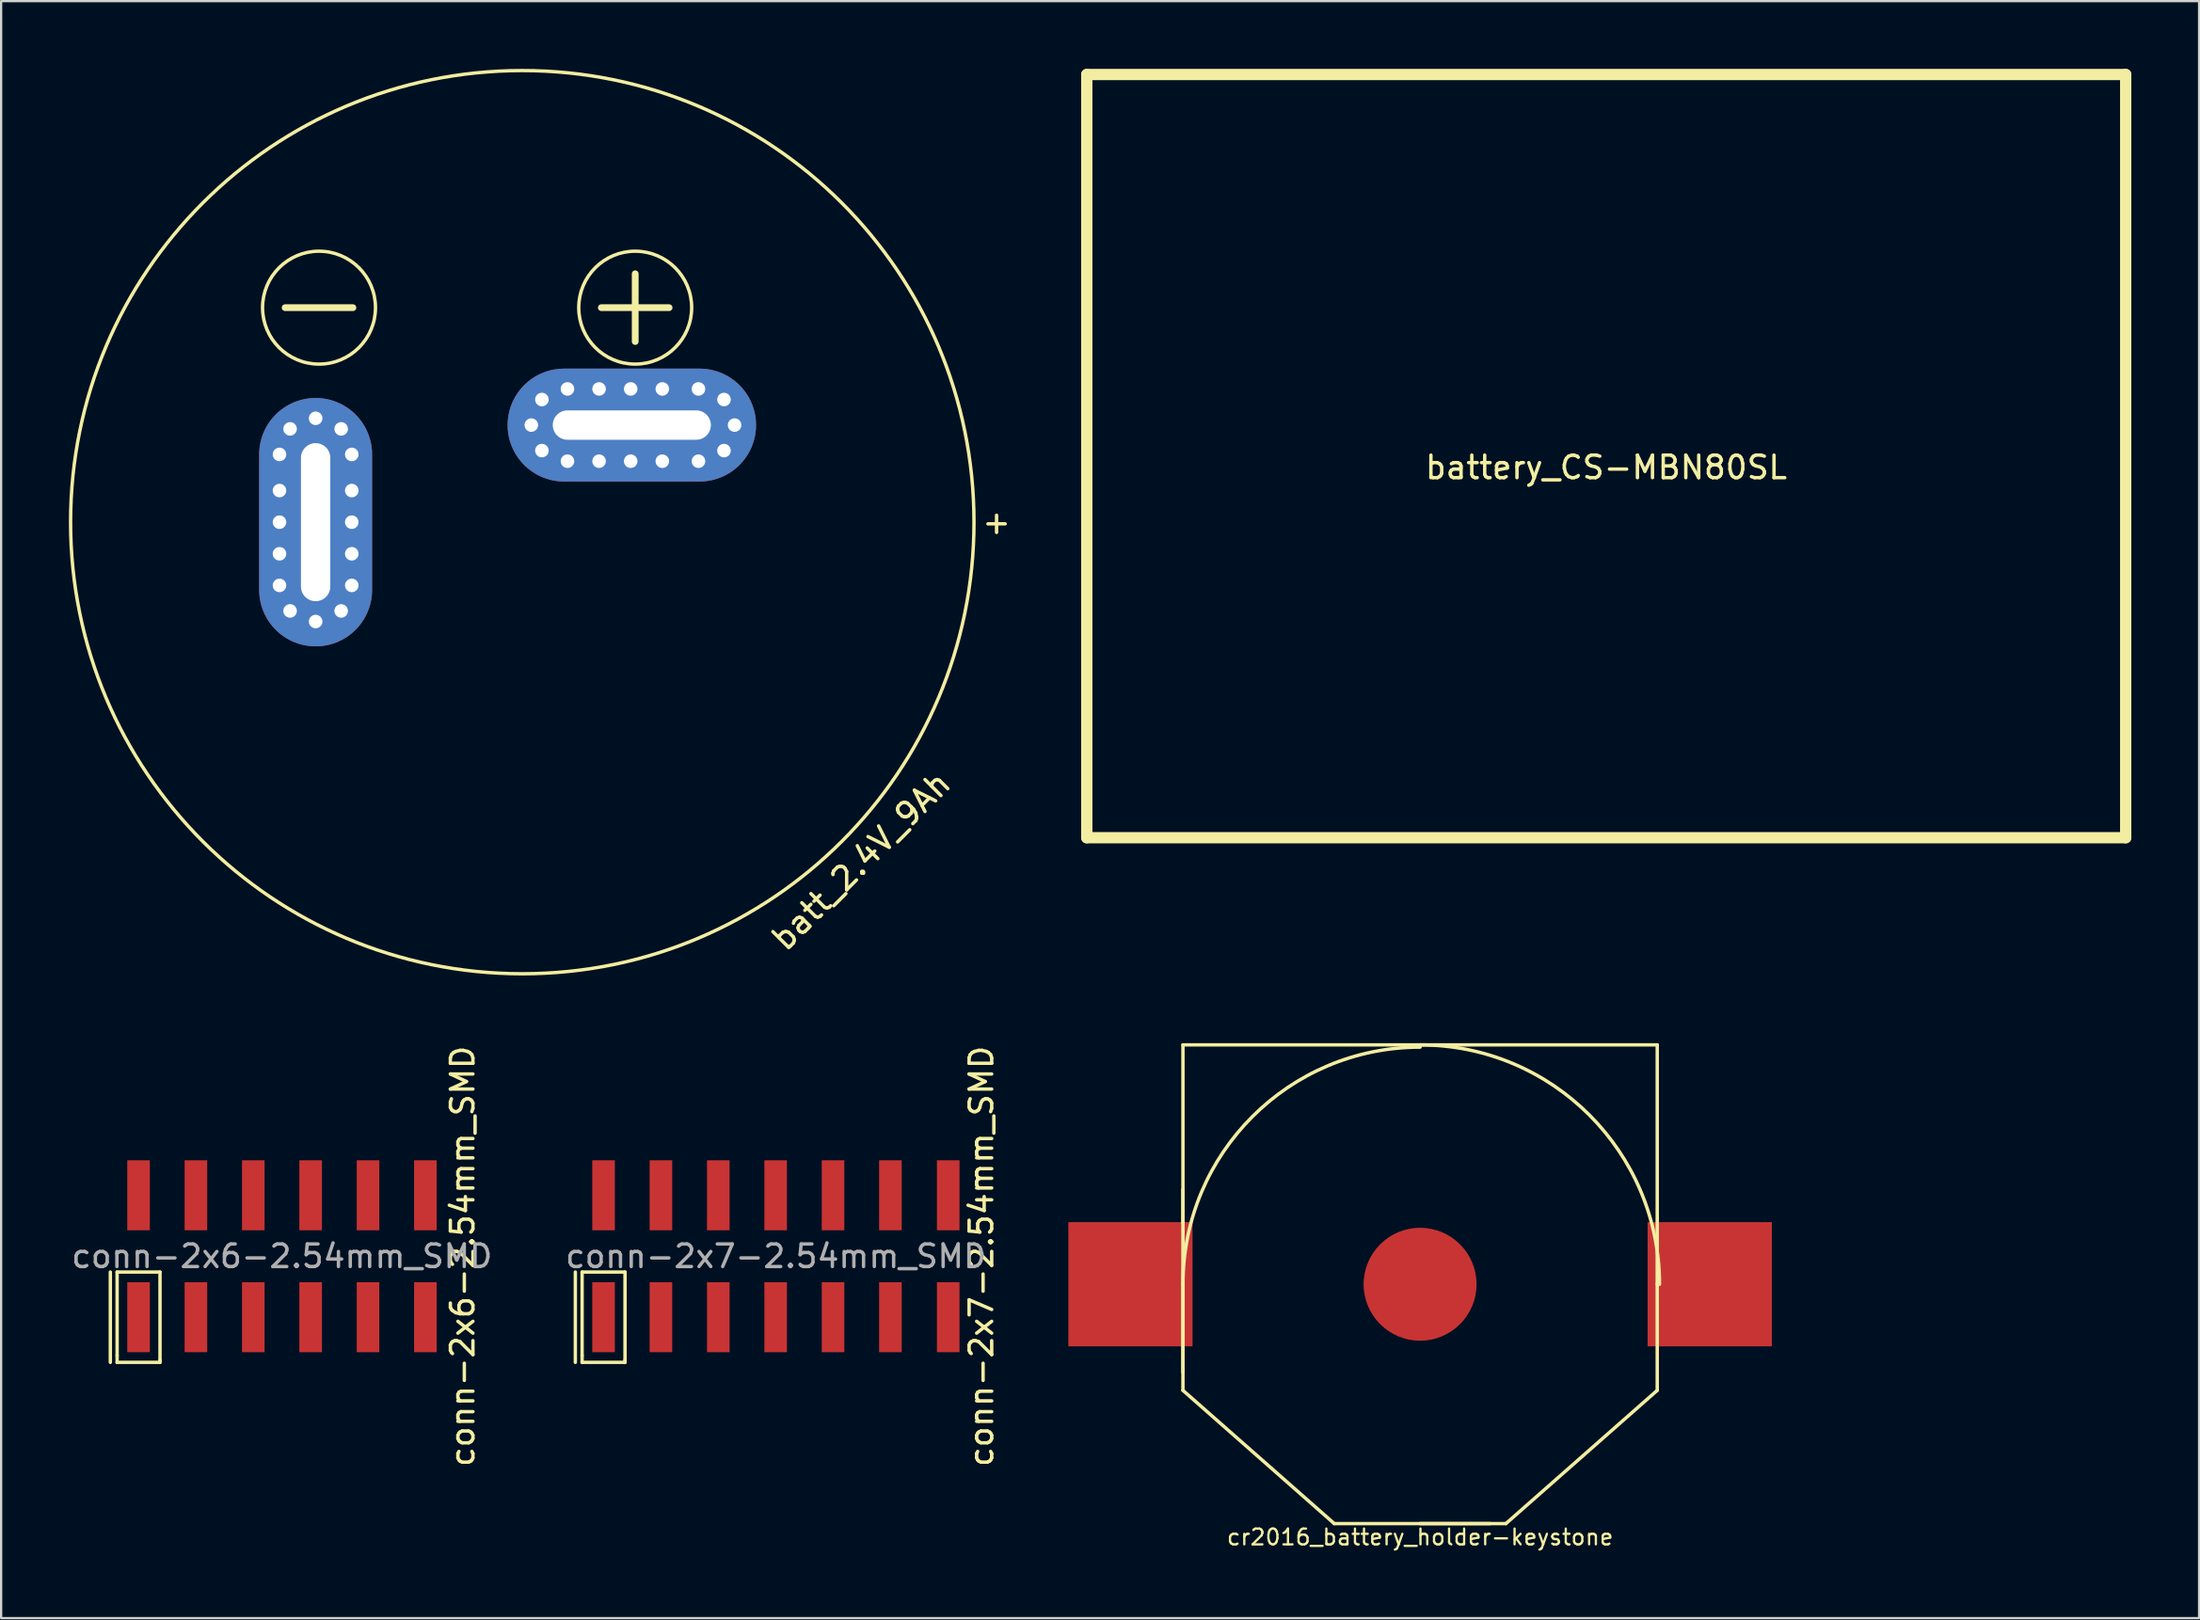
<source format=kicad_pcb>
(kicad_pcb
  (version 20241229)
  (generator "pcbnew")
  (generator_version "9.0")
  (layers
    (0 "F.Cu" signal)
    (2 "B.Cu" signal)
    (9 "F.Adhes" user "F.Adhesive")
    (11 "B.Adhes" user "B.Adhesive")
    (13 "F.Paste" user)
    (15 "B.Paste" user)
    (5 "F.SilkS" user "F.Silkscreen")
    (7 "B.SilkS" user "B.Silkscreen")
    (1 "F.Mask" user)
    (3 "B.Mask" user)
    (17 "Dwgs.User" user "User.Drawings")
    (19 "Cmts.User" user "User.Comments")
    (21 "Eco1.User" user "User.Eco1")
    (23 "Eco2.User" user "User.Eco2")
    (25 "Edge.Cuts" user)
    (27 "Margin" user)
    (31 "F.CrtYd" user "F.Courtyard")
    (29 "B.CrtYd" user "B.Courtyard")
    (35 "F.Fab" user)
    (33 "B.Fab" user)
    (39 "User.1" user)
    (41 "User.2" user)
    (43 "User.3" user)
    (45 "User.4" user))
  (footprint "battery_CS-MBN80SL"
    (layer "F.Cu")
    (at 68.069 17.15)
    (property "Reference" "battery_CS-MBN80SL" (at 0 0.5 0) (layer "F.SilkS") (effects (font (size 1 1) (thickness 0.15))))
    (attr through_hole)
    (fp_line (start -23 16.9) (end -23 -16.9) (stroke (width 0.5) (type solid)) (layer "F.SilkS"))
    (fp_line (start -23 16.9) (end 23 16.9) (stroke (width 0.5) (type solid)) (layer "F.SilkS"))
    (fp_line (start 23 -16.9) (end -23 -16.9) (stroke (width 0.5) (type solid)) (layer "F.SilkS"))
    (fp_line (start 23 16.9) (end 23 -16.9) (stroke (width 0.5) (type solid)) (layer "F.SilkS")))
  (footprint "batt_2.4V_9Ah"
    (layer "F.Cu")
    (at 20.075 20.075)
    (property "Reference" "batt_2.4V_9Ah" (at 15 15 45) (layer "F.SilkS") (effects (font (size 1 1) (thickness 0.15))))
    (attr through_hole)
    (fp_line (start -10.5 -9.5) (end -7.5 -9.5) (stroke (width 0.3) (type solid)) (layer "F.SilkS"))
    (fp_line (start 3.5 -9.5) (end 6.5 -9.5) (stroke (width 0.3) (type solid)) (layer "F.SilkS"))
    (fp_line (start 5 -11) (end 5 -8) (stroke (width 0.3) (type solid)) (layer "F.SilkS"))
    (fp_circle (center -9 -9.5) (end -6.5 -9.5) (stroke (width 0.15) (type solid)) (fill no) (layer "F.SilkS"))
    (fp_circle (center 0 0) (end 20 0) (stroke (width 0.15) (type solid)) (fill no) (layer "F.SilkS"))
    (fp_circle (center 5 -9.5) (end 7.5 -9.5) (stroke (width 0.15) (type solid)) (fill no) (layer "F.SilkS"))
    (fp_text user "+" (at 21 0 0) (layer "F.SilkS") (effects (font (size 1 1) (thickness 0.15))))
    (pad "1" thru_hole circle (at 0.4 -4.3) (size 1 1) (drill 0.6) (layers "*.Cu" "*.Mask"))
    (pad "1" thru_hole circle (at 0.869 -5.431) (size 1 1) (drill 0.6) (layers "*.Cu" "*.Mask"))
    (pad "1" thru_hole circle (at 0.869 -3.169) (size 1 1) (drill 0.6) (layers "*.Cu" "*.Mask"))
    (pad "1" thru_hole circle (at 2 -5.9) (size 1 1) (drill 0.6) (layers "*.Cu" "*.Mask"))
    (pad "1" thru_hole circle (at 2 -2.7) (size 1 1) (drill 0.6) (layers "*.Cu" "*.Mask"))
    (pad "1" thru_hole circle (at 3.4 -5.9 180) (size 1 1) (drill 0.6) (layers "*.Cu" "*.Mask"))
    (pad "1" thru_hole circle (at 3.4 -2.7 180) (size 1 1) (drill 0.6) (layers "*.Cu" "*.Mask"))
    (pad "1" thru_hole circle (at 4.8 -5.9 180) (size 1 1) (drill 0.6) (layers "*.Cu" "*.Mask"))
    (pad "1" thru_hole circle (at 4.8 -2.7 180) (size 1 1) (drill 0.6) (layers "*.Cu" "*.Mask"))
    (pad "1" thru_hole oval (at 4.85 -4.3 90) (size 5 11) (drill oval 1.3 7) (layers "*.Cu" "*.Mask"))
    (pad "1" thru_hole circle (at 6.2 -5.9 180) (size 1 1) (drill 0.6) (layers "*.Cu" "*.Mask"))
    (pad "1" thru_hole circle (at 6.2 -2.7 180) (size 1 1) (drill 0.6) (layers "*.Cu" "*.Mask"))
    (pad "1" thru_hole circle (at 7.8 -5.9 180) (size 1 1) (drill 0.6) (layers "*.Cu" "*.Mask"))
    (pad "1" thru_hole circle (at 7.8 -2.7 180) (size 1 1) (drill 0.6) (layers "*.Cu" "*.Mask"))
    (pad "1" thru_hole circle (at 8.931 -5.431 180) (size 1 1) (drill 0.6) (layers "*.Cu" "*.Mask"))
    (pad "1" thru_hole circle (at 8.931 -3.169 180) (size 1 1) (drill 0.6) (layers "*.Cu" "*.Mask"))
    (pad "1" thru_hole circle (at 9.4 -4.3 180) (size 1 1) (drill 0.6) (layers "*.Cu" "*.Mask"))
    (pad "2" thru_hole circle (at -10.75 -3 270) (size 1 1) (drill 0.6) (layers "*.Cu" "*.Mask"))
    (pad "2" thru_hole circle (at -10.75 -1.4 270) (size 1 1) (drill 0.6) (layers "*.Cu" "*.Mask"))
    (pad "2" thru_hole circle (at -10.75 0 270) (size 1 1) (drill 0.6) (layers "*.Cu" "*.Mask"))
    (pad "2" thru_hole circle (at -10.75 1.4 270) (size 1 1) (drill 0.6) (layers "*.Cu" "*.Mask"))
    (pad "2" thru_hole circle (at -10.75 2.8 90) (size 1 1) (drill 0.6) (layers "*.Cu" "*.Mask"))
    (pad "2" thru_hole circle (at -10.281 -4.131 270) (size 1 1) (drill 0.6) (layers "*.Cu" "*.Mask"))
    (pad "2" thru_hole circle (at -10.281 3.931 90) (size 1 1) (drill 0.6) (layers "*.Cu" "*.Mask"))
    (pad "2" thru_hole circle (at -9.15 -4.6 270) (size 1 1) (drill 0.6) (layers "*.Cu" "*.Mask"))
    (pad "2" thru_hole oval (at -9.15 0) (size 5 11) (drill oval 1.3 7) (layers "*.Cu" "*.Mask"))
    (pad "2" thru_hole circle (at -9.15 4.4 90) (size 1 1) (drill 0.6) (layers "*.Cu" "*.Mask"))
    (pad "2" thru_hole circle (at -8.019 -4.131 270) (size 1 1) (drill 0.6) (layers "*.Cu" "*.Mask"))
    (pad "2" thru_hole circle (at -8.019 3.931 90) (size 1 1) (drill 0.6) (layers "*.Cu" "*.Mask"))
    (pad "2" thru_hole circle (at -7.55 -3 270) (size 1 1) (drill 0.6) (layers "*.Cu" "*.Mask"))
    (pad "2" thru_hole circle (at -7.55 -1.4 270) (size 1 1) (drill 0.6) (layers "*.Cu" "*.Mask"))
    (pad "2" thru_hole circle (at -7.55 0 270) (size 1 1) (drill 0.6) (layers "*.Cu" "*.Mask"))
    (pad "2" thru_hole circle (at -7.55 1.4 270) (size 1 1) (drill 0.6) (layers "*.Cu" "*.Mask"))
    (pad "2" thru_hole circle (at -7.55 2.8 90) (size 1 1) (drill 0.6) (layers "*.Cu" "*.Mask")))
  (footprint "conn-2x6-2.54mm_SMD"
    (layer "F.Cu")
    (at 9.435 52.585)
    (property "Reference" "conn-2x6-2.54mm_SMD" (at 8 0 90) (layer "F.SilkS") (effects (font (size 1 1) (thickness 0.15))))
    (attr smd)
    (fp_line (start -7.6 0.7) (end -7.6 4.7) (stroke (width 0.15) (type solid)) (layer "F.SilkS"))
    (fp_line (start -7.3 0.7) (end -5.4 0.7) (stroke (width 0.15) (type solid)) (layer "F.SilkS"))
    (fp_line (start -7.3 4.4) (end -7.3 0.7) (stroke (width 0.15) (type solid)) (layer "F.SilkS"))
    (fp_line (start -7.3 4.7) (end -7.3 4.4) (stroke (width 0.15) (type solid)) (layer "F.SilkS"))
    (fp_line (start -5.4 0.7) (end -5.4 4.6) (stroke (width 0.15) (type solid)) (layer "F.SilkS"))
    (fp_line (start -5.4 4.6) (end -5.4 4.7) (stroke (width 0.15) (type solid)) (layer "F.SilkS"))
    (fp_line (start -5.4 4.7) (end -7.3 4.7) (stroke (width 0.15) (type solid)) (layer "F.SilkS"))
    (fp_text user "${REFERENCE}" (at 0 0 0) (layer "F.Fab") (effects (font (size 1 1) (thickness 0.15))))
    (pad "1" smd rect (at -6.35 2.7) (size 1 3.1) (layers "F.Cu" "F.Mask" "F.Paste"))
    (pad "2" smd rect (at -6.35 -2.7) (size 1 3.1) (layers "F.Cu" "F.Mask" "F.Paste"))
    (pad "3" smd rect (at -3.81 2.7) (size 1 3.1) (layers "F.Cu" "F.Mask" "F.Paste"))
    (pad "4" smd rect (at -3.81 -2.7) (size 1 3.1) (layers "F.Cu" "F.Mask" "F.Paste"))
    (pad "5" smd rect (at -1.27 2.7) (size 1 3.1) (layers "F.Cu" "F.Mask" "F.Paste"))
    (pad "6" smd rect (at -1.27 -2.7) (size 1 3.1) (layers "F.Cu" "F.Mask" "F.Paste"))
    (pad "7" smd rect (at 1.27 2.7) (size 1 3.1) (layers "F.Cu" "F.Mask" "F.Paste"))
    (pad "8" smd rect (at 1.27 -2.7) (size 1 3.1) (layers "F.Cu" "F.Mask" "F.Paste"))
    (pad "9" smd rect (at 3.81 2.7) (size 1 3.1) (layers "F.Cu" "F.Mask" "F.Paste"))
    (pad "10" smd rect (at 3.81 -2.7) (size 1 3.1) (layers "F.Cu" "F.Mask" "F.Paste"))
    (pad "11" smd rect (at 6.35 2.7) (size 1 3.1) (layers "F.Cu" "F.Mask" "F.Paste"))
    (pad "12" smd rect (at 6.35 -2.7) (size 1 3.1) (layers "F.Cu" "F.Mask" "F.Paste")))
  (footprint "cr2016_battery_holder-keystone"
    (layer "F.Cu")
    (at 59.827 53.825)
    (property "Reference" "cr2016_battery_holder-keystone" (at 0 11.2 0) (layer "F.SilkS") (effects (font (size 0.7 0.7) (thickness 0.1))))
    (attr through_hole)
    (fp_line (start -10.5 -10.6) (end -10.5 0) (stroke (width 0.15) (type solid)) (layer "F.SilkS"))
    (fp_line (start -10.5 -2.7) (end -10.5 -4.2) (stroke (width 0.15) (type solid)) (layer "F.SilkS"))
    (fp_line (start -10.5 0) (end -10.5 4.7) (stroke (width 0.15) (type solid)) (layer "F.SilkS"))
    (fp_line (start -10.5 3.9) (end -10.5 0) (stroke (width 0.15) (type solid)) (layer "F.SilkS"))
    (fp_line (start -10.5 4.7) (end -3.8 10.6) (stroke (width 0.15) (type solid)) (layer "F.SilkS"))
    (fp_line (start 0 10.6) (end 3.1 10.6) (stroke (width 0.15) (type solid)) (layer "F.SilkS"))
    (fp_line (start 3.8 10.6) (end -3.8 10.6) (stroke (width 0.15) (type solid)) (layer "F.SilkS"))
    (fp_line (start 10.5 -10.6) (end -10.5 -10.6) (stroke (width 0.15) (type solid)) (layer "F.SilkS"))
    (fp_line (start 10.5 0) (end 10.5 -10.6) (stroke (width 0.15) (type solid)) (layer "F.SilkS"))
    (fp_line (start 10.5 4.7) (end 3.8 10.6) (stroke (width 0.15) (type solid)) (layer "F.SilkS"))
    (fp_line (start 10.5 4.7) (end 10.5 0) (stroke (width 0.15) (type solid)) (layer "F.SilkS"))
    (fp_arc (start -10.5 0) (mid -7.424621 -7.424621) (end 0 -10.5) (stroke (width 0.15) (type solid)) (layer "F.SilkS"))
    (fp_arc (start 0 -10.6) (mid 7.495332 -7.495332) (end 10.6 0) (stroke (width 0.15) (type solid)) (layer "F.SilkS"))
    (pad "1" smd rect (at -12.825 0) (size 5.5 5.5) (layers "F.Cu" "F.Mask" "F.Paste"))
    (pad "1" smd rect (at 12.825 0) (size 5.5 5.5) (layers "F.Cu" "F.Mask" "F.Paste"))
    (pad "2" connect circle (at 0 0) (size 5 5) (layers "F.Cu" "F.Mask")))
  (footprint "conn-2x7-2.54mm_SMD"
    (layer "F.Cu")
    (at 31.304 52.585)
    (property "Reference" "conn-2x7-2.54mm_SMD" (at 9.1 0 90) (layer "F.SilkS") (effects (font (size 1 1) (thickness 0.15))))
    (attr smd)
    (fp_line (start -8.88 0.7) (end -8.88 4.7) (stroke (width 0.15) (type solid)) (layer "F.SilkS"))
    (fp_line (start -8.58 0.7) (end -6.68 0.7) (stroke (width 0.15) (type solid)) (layer "F.SilkS"))
    (fp_line (start -8.58 4.4) (end -8.58 0.7) (stroke (width 0.15) (type solid)) (layer "F.SilkS"))
    (fp_line (start -8.58 4.7) (end -8.58 4.4) (stroke (width 0.15) (type solid)) (layer "F.SilkS"))
    (fp_line (start -6.68 0.7) (end -6.68 4.6) (stroke (width 0.15) (type solid)) (layer "F.SilkS"))
    (fp_line (start -6.68 4.6) (end -6.68 4.7) (stroke (width 0.15) (type solid)) (layer "F.SilkS"))
    (fp_line (start -6.68 4.7) (end -8.58 4.7) (stroke (width 0.15) (type solid)) (layer "F.SilkS"))
    (fp_text user "${REFERENCE}" (at 0 0 0) (layer "F.Fab") (effects (font (size 1 1) (thickness 0.15))))
    (pad "1" smd rect (at -7.63 2.7) (size 1 3.1) (layers "F.Cu" "F.Mask" "F.Paste"))
    (pad "2" smd rect (at -7.63 -2.7) (size 1 3.1) (layers "F.Cu" "F.Mask" "F.Paste"))
    (pad "3" smd rect (at -5.09 2.7) (size 1 3.1) (layers "F.Cu" "F.Mask" "F.Paste"))
    (pad "4" smd rect (at -5.09 -2.7) (size 1 3.1) (layers "F.Cu" "F.Mask" "F.Paste"))
    (pad "5" smd rect (at -2.55 2.7) (size 1 3.1) (layers "F.Cu" "F.Mask" "F.Paste"))
    (pad "6" smd rect (at -2.55 -2.7) (size 1 3.1) (layers "F.Cu" "F.Mask" "F.Paste"))
    (pad "7" smd rect (at -0.01 2.7) (size 1 3.1) (layers "F.Cu" "F.Mask" "F.Paste"))
    (pad "8" smd rect (at -0.01 -2.7) (size 1 3.1) (layers "F.Cu" "F.Mask" "F.Paste"))
    (pad "9" smd rect (at 2.53 2.7) (size 1 3.1) (layers "F.Cu" "F.Mask" "F.Paste"))
    (pad "10" smd rect (at 2.53 -2.7) (size 1 3.1) (layers "F.Cu" "F.Mask" "F.Paste"))
    (pad "11" smd rect (at 5.07 2.7) (size 1 3.1) (layers "F.Cu" "F.Mask" "F.Paste"))
    (pad "12" smd rect (at 5.07 -2.7) (size 1 3.1) (layers "F.Cu" "F.Mask" "F.Paste"))
    (pad "13" smd rect (at 7.63 2.7) (size 1 3.1) (layers "F.Cu" "F.Mask" "F.Paste"))
    (pad "14" smd rect (at 7.63 -2.7) (size 1 3.1) (layers "F.Cu" "F.Mask" "F.Paste")))
  (gr_rect
    (start -3 -3)
    (end 94.319 68.61)
    (stroke (width 0.1) (type default))
    (fill no)
    (layer "Edge.Cuts")))
</source>
